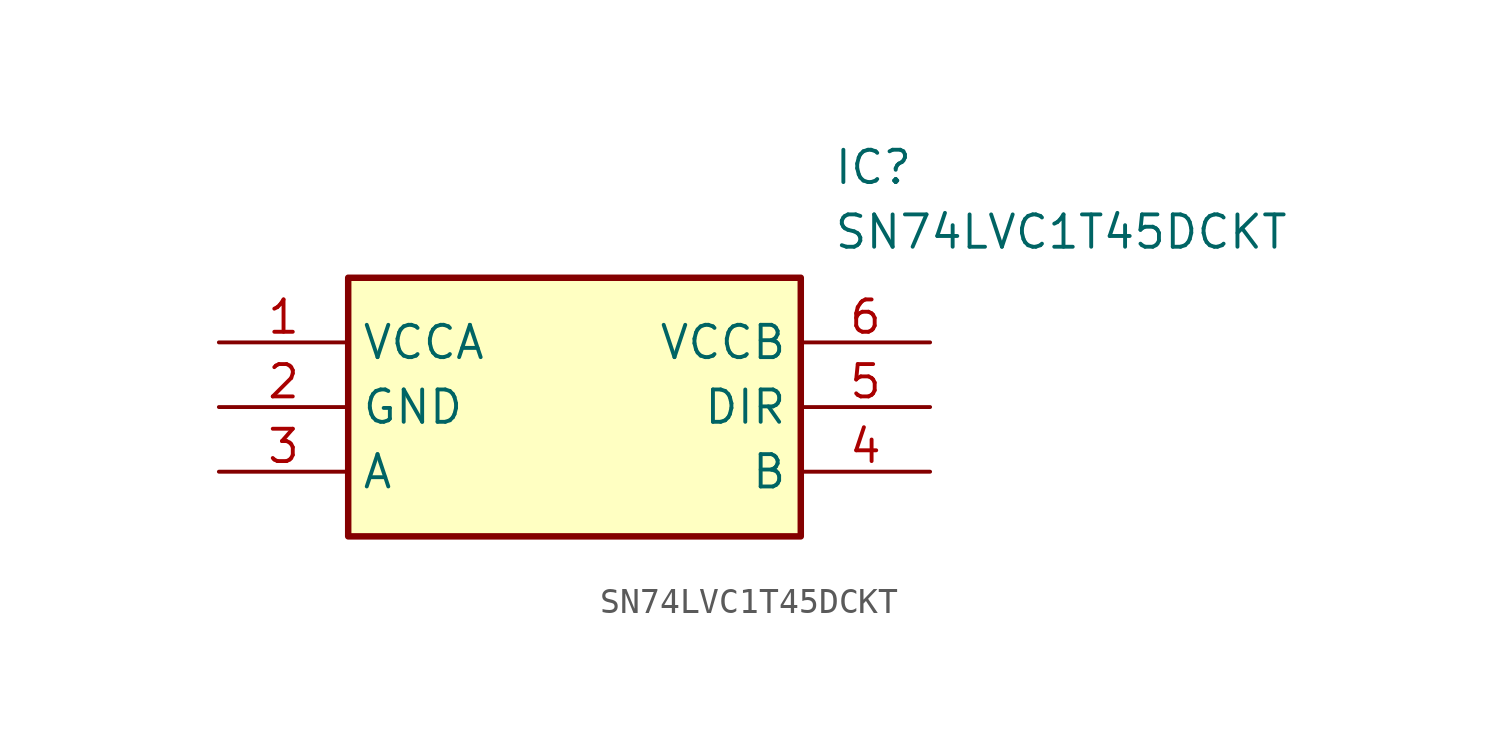
<source format=kicad_sym>
(kicad_symbol_lib
  (version 20211014)
  (generator SamacSys_ECAD_Model)
  (symbol "SN74LVC1T45DCKT"
    (property "Reference" "IC"
      (at 24.13 7.62 0)
      (effects (font (size 1.27 1.27)) (justify left top)))
    (property "Value" "SN74LVC1T45DCKT"
      (at 24.13 5.08 0)
      (effects (font (size 1.27 1.27)) (justify left top)))
    (rectangle
      (start 5.08 2.54)
      (end 22.86 -7.62)
      (stroke (width 0.254) (type default))
      (fill (type background)))
    (pin passive line
      (at 0 0 0)
      (length 5.08)
      (name "VCCA" (effects (font (size 1.27 1.27))))
      (number "1" (effects (font (size 1.27 1.27)))))
    (pin passive line
      (at 0 -2.54 0)
      (length 5.08)
      (name "GND" (effects (font (size 1.27 1.27))))
      (number "2" (effects (font (size 1.27 1.27)))))
    (pin passive line
      (at 0 -5.08 0)
      (length 5.08)
      (name "A" (effects (font (size 1.27 1.27))))
      (number "3" (effects (font (size 1.27 1.27)))))
    (pin passive line
      (at 27.94 0 180)
      (length 5.08)
      (name "VCCB" (effects (font (size 1.27 1.27))))
      (number "6" (effects (font (size 1.27 1.27)))))
    (pin passive line
      (at 27.94 -2.54 180)
      (length 5.08)
      (name "DIR" (effects (font (size 1.27 1.27))))
      (number "5" (effects (font (size 1.27 1.27)))))
    (pin passive line
      (at 27.94 -5.08 180)
      (length 5.08)
      (name "B" (effects (font (size 1.27 1.27))))
      (number "4" (effects (font (size 1.27 1.27)))))))
</source>
